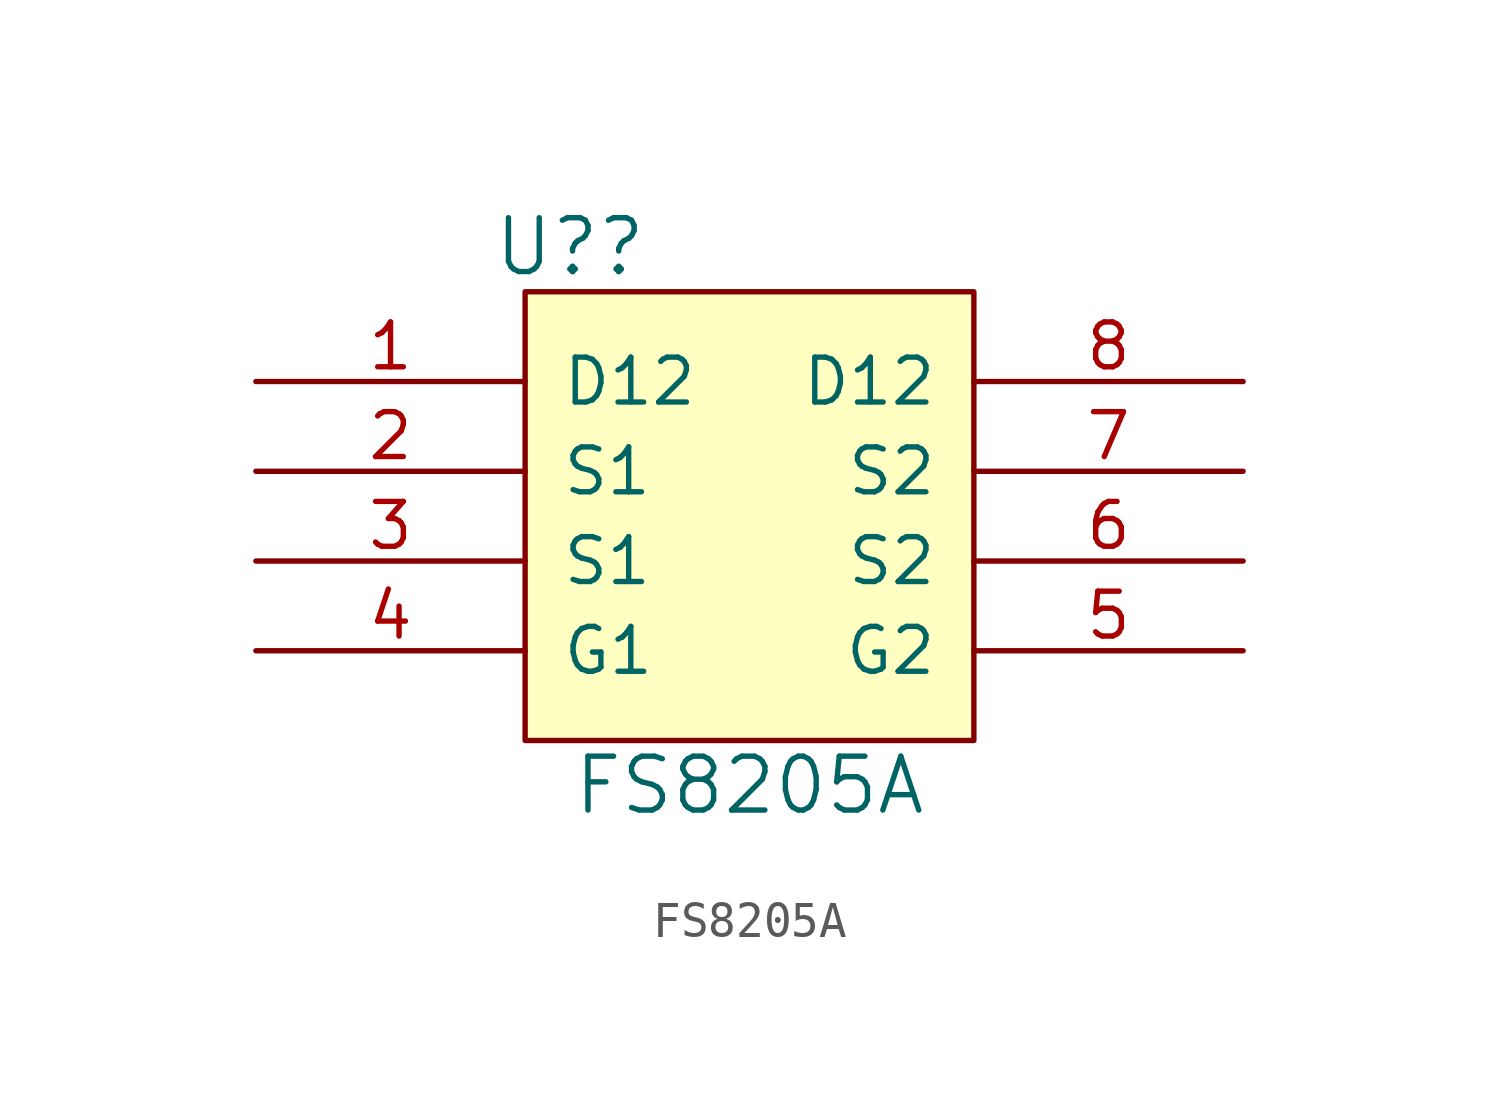
<source format=kicad_sym>
(kicad_symbol_lib
  (version 20211014)
  (generator kicad_symbol_editor)
  (symbol "FS8205A"
    (pin_names
      (offset 1.016))
    (property "Reference" "U?"
      (at 1.27 3.81 0)
      (effects (font (size 1.524 1.524))))
    (property "Value" "FS8205A"
      (at 6.35 -11.43 0)
      (effects (font (size 1.524 1.524))))
    (property "Datasheet" ""
      (at 0 0 0)
      (effects (font (size 1.524 1.524))))
    (symbol "FS8205A_0_1"
      (rectangle (start 0 2.54) (end 12.7 -10.16) (stroke (width 0) (type default) (color 0 0 0 0)) (fill (type background))))
    (symbol "FS8205A_1_1"
      (pin input line (at -7.62 0 0) (length 7.62) (name "D12" (effects (font (size 1.27 1.27)))) (number "1" (effects (font (size 1.27 1.27)))))
      (pin input line (at -7.62 -2.54 0) (length 7.62) (name "S1" (effects (font (size 1.27 1.27)))) (number "2" (effects (font (size 1.27 1.27)))))
      (pin input line (at -7.62 -5.08 0) (length 7.62) (name "S1" (effects (font (size 1.27 1.27)))) (number "3" (effects (font (size 1.27 1.27)))))
      (pin input line (at -7.62 -7.62 0) (length 7.62) (name "G1" (effects (font (size 1.27 1.27)))) (number "4" (effects (font (size 1.27 1.27)))))
      (pin input line (at 20.32 -7.62 180) (length 7.62) (name "G2" (effects (font (size 1.27 1.27)))) (number "5" (effects (font (size 1.27 1.27)))))
      (pin input line (at 20.32 -5.08 180) (length 7.62) (name "S2" (effects (font (size 1.27 1.27)))) (number "6" (effects (font (size 1.27 1.27)))))
      (pin input line (at 20.32 -2.54 180) (length 7.62) (name "S2" (effects (font (size 1.27 1.27)))) (number "7" (effects (font (size 1.27 1.27)))))
      (pin input line (at 20.32 0 180) (length 7.62) (name "D12" (effects (font (size 1.27 1.27)))) (number "8" (effects (font (size 1.27 1.27))))))))
</source>
